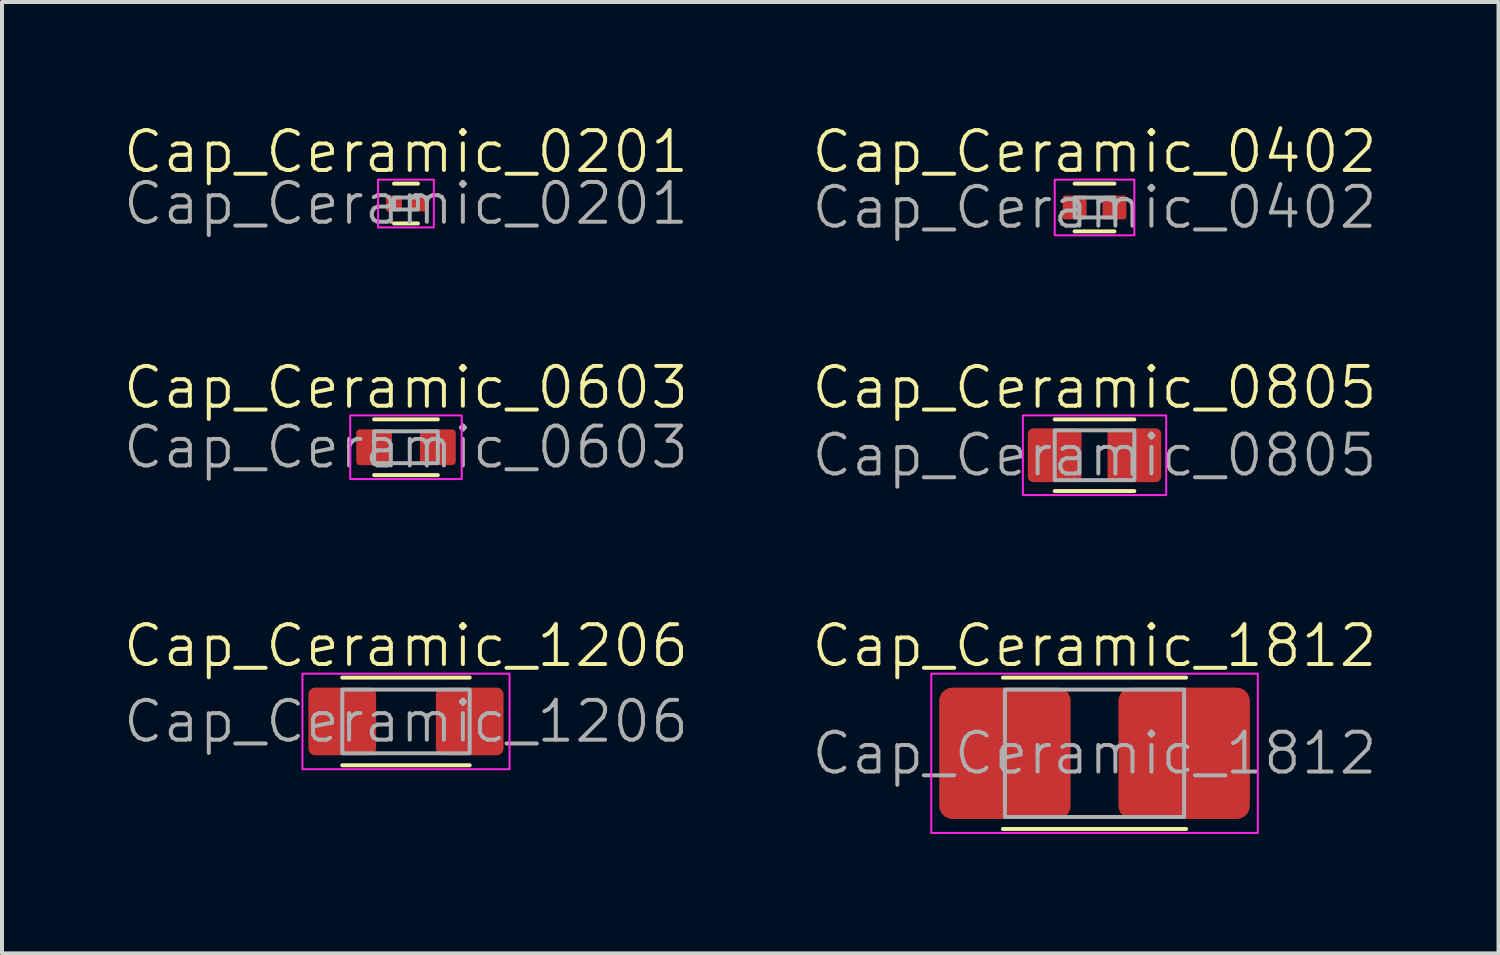
<source format=kicad_pcb>
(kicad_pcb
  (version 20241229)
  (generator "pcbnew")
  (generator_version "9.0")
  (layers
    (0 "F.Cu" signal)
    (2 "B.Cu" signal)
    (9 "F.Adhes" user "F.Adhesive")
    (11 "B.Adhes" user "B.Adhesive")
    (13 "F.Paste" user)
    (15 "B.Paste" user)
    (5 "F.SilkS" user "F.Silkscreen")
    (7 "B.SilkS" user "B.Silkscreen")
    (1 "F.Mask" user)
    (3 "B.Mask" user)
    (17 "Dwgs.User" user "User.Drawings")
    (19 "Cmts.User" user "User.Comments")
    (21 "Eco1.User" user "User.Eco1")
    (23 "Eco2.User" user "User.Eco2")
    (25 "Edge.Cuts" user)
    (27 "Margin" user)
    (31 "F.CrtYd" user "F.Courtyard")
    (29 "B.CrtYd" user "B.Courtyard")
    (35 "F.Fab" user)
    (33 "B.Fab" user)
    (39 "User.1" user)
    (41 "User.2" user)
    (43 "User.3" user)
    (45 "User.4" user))
  (footprint "Cap_Ceramic_0805"
    (layer "F.Cu")
    (at 24.436 8.382)
    (property "Reference" "Cap_Ceramic_0805" (at 0 -1.7 0) (unlocked yes) (layer "F.SilkS") (effects (font (size 1 1) (thickness 0.1))))
    (attr smd)
    (fp_line (start -1 -0.9) (end 1 -0.9) (stroke (width 0.1) (type default)) (layer "F.SilkS"))
    (fp_line (start -1 0.9) (end 1 0.9) (stroke (width 0.1) (type default)) (layer "F.SilkS"))
    (fp_rect (start -1.8 -1) (end 1.8 1) (stroke (width 0.05) (type default)) (fill no) (layer "F.CrtYd"))
    (fp_rect (start -1 -0.625) (end 1 0.625) (stroke (width 0.1) (type default)) (fill no) (layer "F.Fab"))
    (fp_text user "${REFERENCE}" (at 0 0 0) (unlocked yes) (layer "F.Fab") (effects (font (size 1 1) (thickness 0.1))))
    (pad "1" smd roundrect (at -1 0) (size 1.35 1.35) (layers "F.Cu" "F.Mask" "F.Paste") (roundrect_rratio 0.1))
    (pad "2" smd roundrect (at 1 0) (size 1.35 1.35) (layers "F.Cu" "F.Mask" "F.Paste") (roundrect_rratio 0.1)))
  (footprint "Cap_Ceramic_1206"
    (layer "F.Cu")
    (at 7.145 15.067)
    (property "Reference" "Cap_Ceramic_1206" (at 0 -1.9 0) (unlocked yes) (layer "F.SilkS") (effects (font (size 1 1) (thickness 0.1))))
    (attr smd)
    (fp_line (start -1.6 -1.1) (end 1.6 -1.1) (stroke (width 0.1) (type default)) (layer "F.SilkS"))
    (fp_line (start -1.6 1.1) (end 1.6 1.1) (stroke (width 0.1) (type default)) (layer "F.SilkS"))
    (fp_rect (start -2.6 -1.2) (end 2.6 1.2) (stroke (width 0.05) (type default)) (fill no) (layer "F.CrtYd"))
    (fp_rect (start -1.6 -0.8) (end 1.6 0.8) (stroke (width 0.1) (type default)) (fill no) (layer "F.Fab"))
    (fp_text user "${REFERENCE}" (at 0 0 0) (unlocked yes) (layer "F.Fab") (effects (font (size 1 1) (thickness 0.1))))
    (pad "1" smd roundrect (at -1.6 0) (size 1.7 1.7) (layers "F.Cu" "F.Mask" "F.Paste") (roundrect_rratio 0.1))
    (pad "2" smd roundrect (at 1.6 0) (size 1.7 1.7) (layers "F.Cu" "F.Mask" "F.Paste") (roundrect_rratio 0.1)))
  (footprint "Cap_Ceramic_0402"
    (layer "F.Cu")
    (at 24.436 2.16)
    (property "Reference" "Cap_Ceramic_0402" (at 0 -1.4 0) (unlocked yes) (layer "F.SilkS") (effects (font (size 1 1) (thickness 0.1))))
    (attr smd)
    (fp_line (start -0.5 -0.6) (end 0.5 -0.6) (stroke (width 0.1) (type default)) (layer "F.SilkS"))
    (fp_line (start -0.5 0.6) (end 0.5 0.6) (stroke (width 0.1) (type default)) (layer "F.SilkS"))
    (fp_rect (start -1 -0.7) (end 1 0.7) (stroke (width 0.05) (type default)) (fill no) (layer "F.CrtYd"))
    (fp_rect (start -0.5 -0.25) (end 0.5 0.25) (stroke (width 0.1) (type default)) (fill no) (layer "F.Fab"))
    (fp_text user "${REFERENCE}" (at 0 0 0) (unlocked yes) (layer "F.Fab") (effects (font (size 1 1) (thickness 0.1))))
    (pad "1" smd roundrect (at -0.5 0) (size 0.6 0.6) (layers "F.Cu" "F.Mask" "F.Paste") (roundrect_rratio 0.1))
    (pad "2" smd roundrect (at 0.5 0) (size 0.6 0.6) (layers "F.Cu" "F.Mask" "F.Paste") (roundrect_rratio 0.1)))
  (footprint "Cap_Ceramic_0201"
    (layer "F.Cu")
    (at 7.145 2.061)
    (property "Reference" "Cap_Ceramic_0201" (at 0 -1.3 0) (unlocked yes) (layer "F.SilkS") (effects (font (size 1 1) (thickness 0.1))))
    (attr smd)
    (fp_line (start -0.3 -0.5) (end 0.3 -0.5) (stroke (width 0.1) (type default)) (layer "F.SilkS"))
    (fp_line (start -0.3 0.5) (end 0.3 0.5) (stroke (width 0.1) (type default)) (layer "F.SilkS"))
    (fp_rect (start -0.7 -0.6) (end 0.7 0.6) (stroke (width 0.05) (type default)) (fill no) (layer "F.CrtYd"))
    (fp_rect (start -0.3 -0.15) (end 0.3 0.15) (stroke (width 0.1) (type default)) (fill no) (layer "F.Fab"))
    (fp_text user "${REFERENCE}" (at 0 0 0) (unlocked yes) (layer "F.Fab") (effects (font (size 1 1) (thickness 0.1))))
    (pad "1" smd roundrect (at -0.3 0) (size 0.4 0.4) (layers "F.Cu" "F.Mask" "F.Paste") (roundrect_rratio 0.1))
    (pad "2" smd roundrect (at 0.3 0) (size 0.4 0.4) (layers "F.Cu" "F.Mask" "F.Paste") (roundrect_rratio 0.1)))
  (footprint "Cap_Ceramic_1812"
    (layer "F.Cu")
    (at 24.436 15.867)
    (property "Reference" "Cap_Ceramic_1812" (at 0 -2.7 0) (unlocked yes) (layer "F.SilkS") (effects (font (size 1 1) (thickness 0.1))))
    (attr smd)
    (fp_line (start -2.3 -1.9) (end 2.3 -1.9) (stroke (width 0.1) (type default)) (layer "F.SilkS"))
    (fp_line (start -2.3 1.9) (end 2.3 1.9) (stroke (width 0.1) (type default)) (layer "F.SilkS"))
    (fp_rect (start -4.1 -2) (end 4.1 2) (stroke (width 0.05) (type default)) (fill no) (layer "F.CrtYd"))
    (fp_rect (start -2.25 -1.6) (end 2.25 1.6) (stroke (width 0.1) (type default)) (fill no) (layer "F.Fab"))
    (fp_text user "${REFERENCE}" (at 0 0 0) (unlocked yes) (layer "F.Fab") (effects (font (size 1 1) (thickness 0.1))))
    (pad "1" smd roundrect (at -2.25 0) (size 3.3 3.3) (layers "F.Cu" "F.Mask" "F.Paste") (roundrect_rratio 0.1))
    (pad "2" smd roundrect (at 2.25 0) (size 3.3 3.3) (layers "F.Cu" "F.Mask" "F.Paste") (roundrect_rratio 0.1)))
  (footprint "Cap_Ceramic_0603"
    (layer "F.Cu")
    (at 7.145 8.181)
    (property "Reference" "Cap_Ceramic_0603" (at 0 -1.5 0) (unlocked yes) (layer "F.SilkS") (effects (font (size 1 1) (thickness 0.1))))
    (attr smd)
    (fp_line (start -0.8 -0.7) (end 0.8 -0.7) (stroke (width 0.1) (type default)) (layer "F.SilkS"))
    (fp_line (start -0.8 0.7) (end 0.8 0.7) (stroke (width 0.1) (type default)) (layer "F.SilkS"))
    (fp_rect (start -1.4 -0.8) (end 1.4 0.8) (stroke (width 0.05) (type default)) (fill no) (layer "F.CrtYd"))
    (fp_rect (start -0.8 -0.4) (end 0.8 0.4) (stroke (width 0.1) (type default)) (fill no) (layer "F.Fab"))
    (fp_text user "${REFERENCE}" (at 0 0 0) (unlocked yes) (layer "F.Fab") (effects (font (size 1 1) (thickness 0.1))))
    (pad "1" smd roundrect (at -0.8 0) (size 0.9 0.9) (layers "F.Cu" "F.Mask" "F.Paste") (roundrect_rratio 0.1))
    (pad "2" smd roundrect (at 0.8 0) (size 0.9 0.9) (layers "F.Cu" "F.Mask" "F.Paste") (roundrect_rratio 0.1)))
  (gr_rect
    (start -3 -3)
    (end 34.581 20.892)
    (stroke (width 0.1) (type default))
    (fill no)
    (layer "Edge.Cuts")))
</source>
